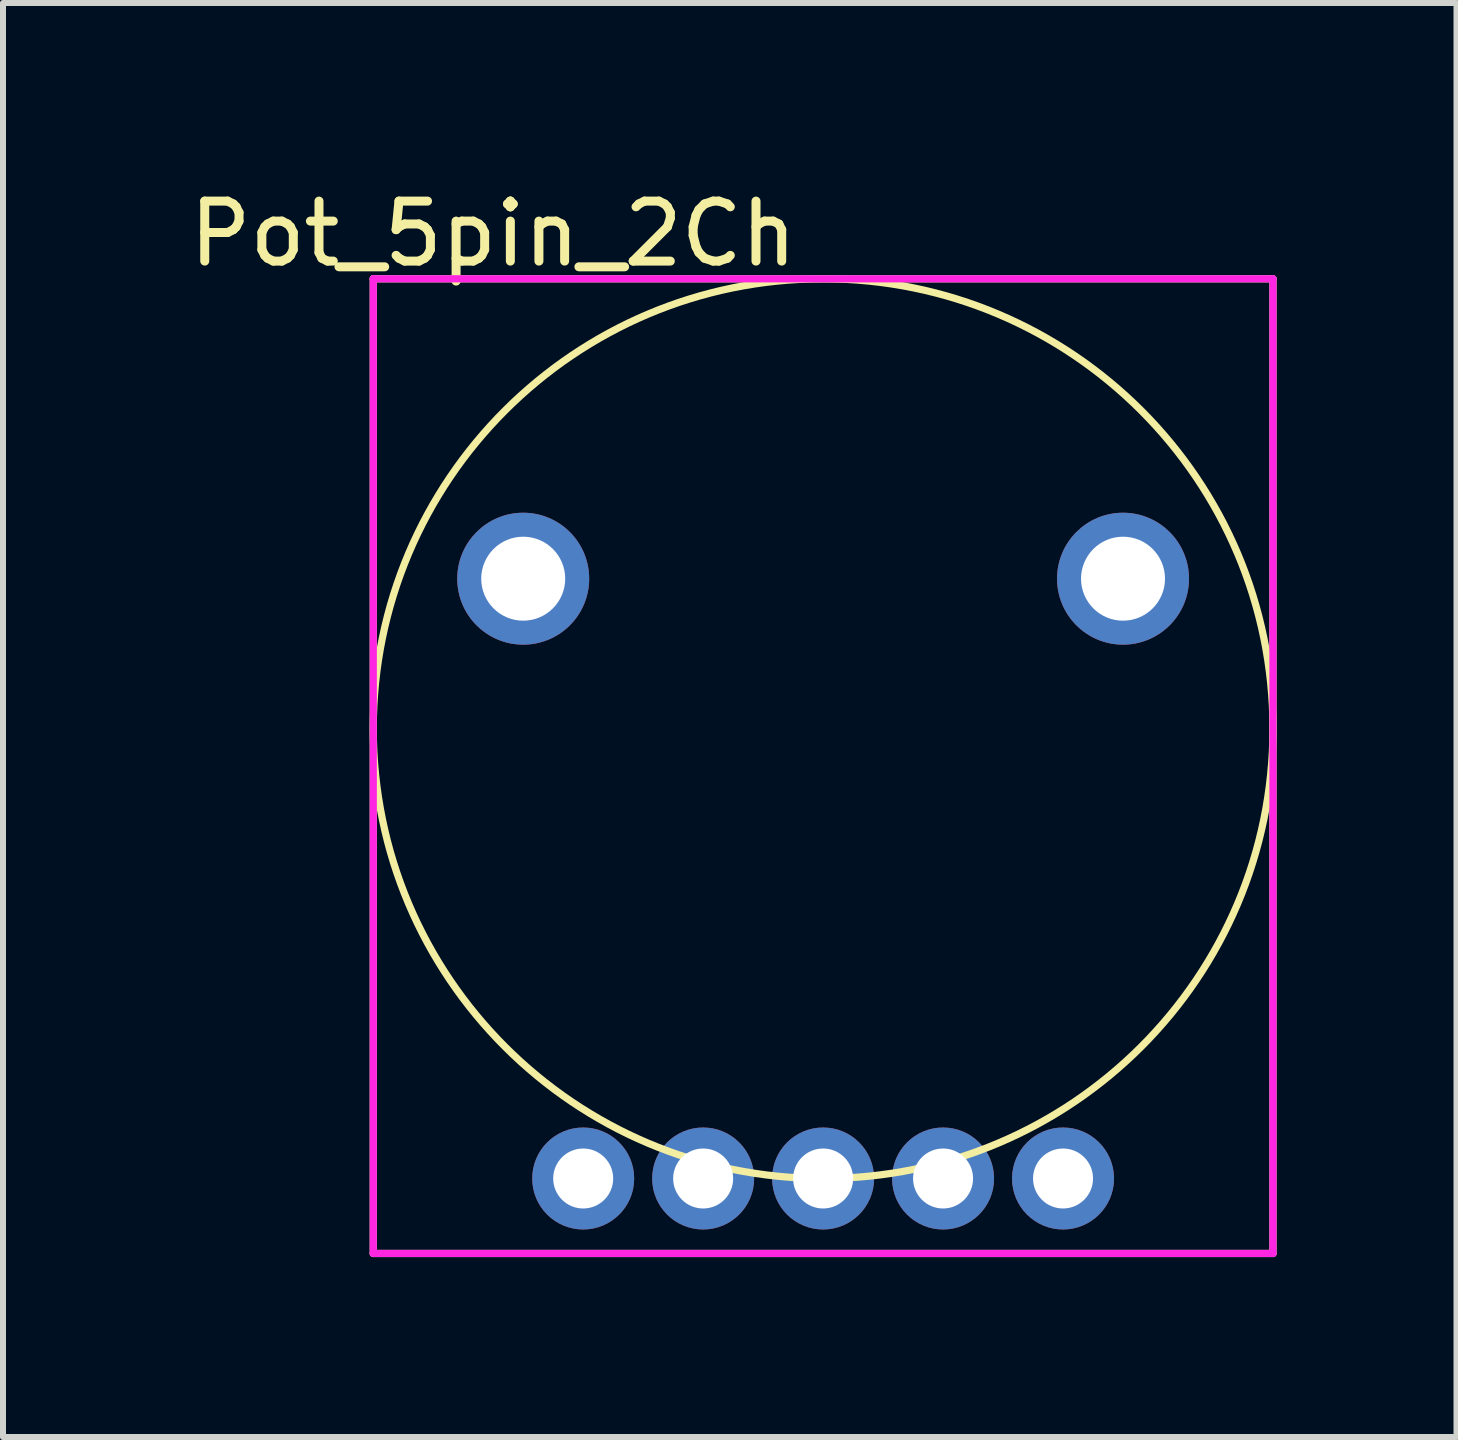
<source format=kicad_pcb>
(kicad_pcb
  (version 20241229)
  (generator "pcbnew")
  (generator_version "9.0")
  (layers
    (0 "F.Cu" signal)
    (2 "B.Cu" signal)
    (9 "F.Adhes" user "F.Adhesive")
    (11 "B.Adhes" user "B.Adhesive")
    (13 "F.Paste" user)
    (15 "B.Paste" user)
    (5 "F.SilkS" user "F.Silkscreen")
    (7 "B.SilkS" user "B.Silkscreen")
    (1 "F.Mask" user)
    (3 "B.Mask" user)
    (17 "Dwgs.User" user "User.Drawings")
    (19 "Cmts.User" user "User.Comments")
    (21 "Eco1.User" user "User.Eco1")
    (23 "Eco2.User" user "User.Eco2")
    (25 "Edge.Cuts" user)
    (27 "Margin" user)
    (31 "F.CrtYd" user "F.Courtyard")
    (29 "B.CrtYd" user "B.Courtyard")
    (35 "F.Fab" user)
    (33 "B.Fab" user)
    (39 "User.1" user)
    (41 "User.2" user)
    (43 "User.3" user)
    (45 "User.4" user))
  (footprint "Pot_5pin_2Ch"
    (layer "F.Cu")
    (at 10.673 9.098)
    (property "Reference" "Pot_5pin_2Ch" (at -5.5 -8.25 180) (layer "F.SilkS") (effects (font (size 1 1) (thickness 0.15))))
    (attr through_hole)
    (fp_line (start -7.5 -7.5) (end -7.5 8.75) (stroke (width 0.12) (type solid)) (layer "F.SilkS"))
    (fp_line (start -7.5 -7.5) (end 7.5 -7.5) (stroke (width 0.12) (type solid)) (layer "F.SilkS"))
    (fp_line (start -7.5 8.75) (end 7.5 8.75) (stroke (width 0.12) (type solid)) (layer "F.SilkS"))
    (fp_line (start 7.5 -7.5) (end 7.5 8.75) (stroke (width 0.12) (type solid)) (layer "F.SilkS"))
    (fp_circle (center 0 0) (end 0 -7.5) (stroke (width 0.12) (type solid)) (fill no) (layer "F.SilkS"))
    (fp_line (start -7.5 -7.5) (end -7.5 8.75) (stroke (width 0.12) (type solid)) (layer "F.CrtYd"))
    (fp_line (start -7.5 -7.5) (end 7.5 -7.5) (stroke (width 0.12) (type solid)) (layer "F.CrtYd"))
    (fp_line (start -7.5 8.75) (end 7.5 8.75) (stroke (width 0.12) (type solid)) (layer "F.CrtYd"))
    (fp_line (start 7.5 -7.5) (end 7.5 8.75) (stroke (width 0.12) (type solid)) (layer "F.CrtYd"))
    (pad "1" thru_hole circle (at -4 7.5) (size 1.7 1.7) (drill 1) (layers "*.Cu" "*.Mask"))
    (pad "2" thru_hole circle (at -2 7.5) (size 1.7 1.7) (drill 1) (layers "*.Cu" "*.Mask"))
    (pad "3" thru_hole circle (at 0 7.5) (size 1.7 1.7) (drill 1) (layers "*.Cu" "*.Mask"))
    (pad "4" thru_hole circle (at 2 7.5) (size 1.7 1.7) (drill 1) (layers "*.Cu" "*.Mask"))
    (pad "5" thru_hole circle (at 4 7.5) (size 1.7 1.7) (drill 1) (layers "*.Cu" "*.Mask"))
    (pad "6" thru_hole circle (at -5 -2.5) (size 2.2 2.2) (drill 1.4) (layers "*.Cu" "*.Mask"))
    (pad "6" thru_hole circle (at 5 -2.5) (size 2.2 2.2) (drill 1.4) (layers "*.Cu" "*.Mask")))
  (gr_rect
    (start -3 -3)
    (end 21.233 20.908)
    (stroke (width 0.1) (type default))
    (fill no)
    (layer "Edge.Cuts")))
</source>
